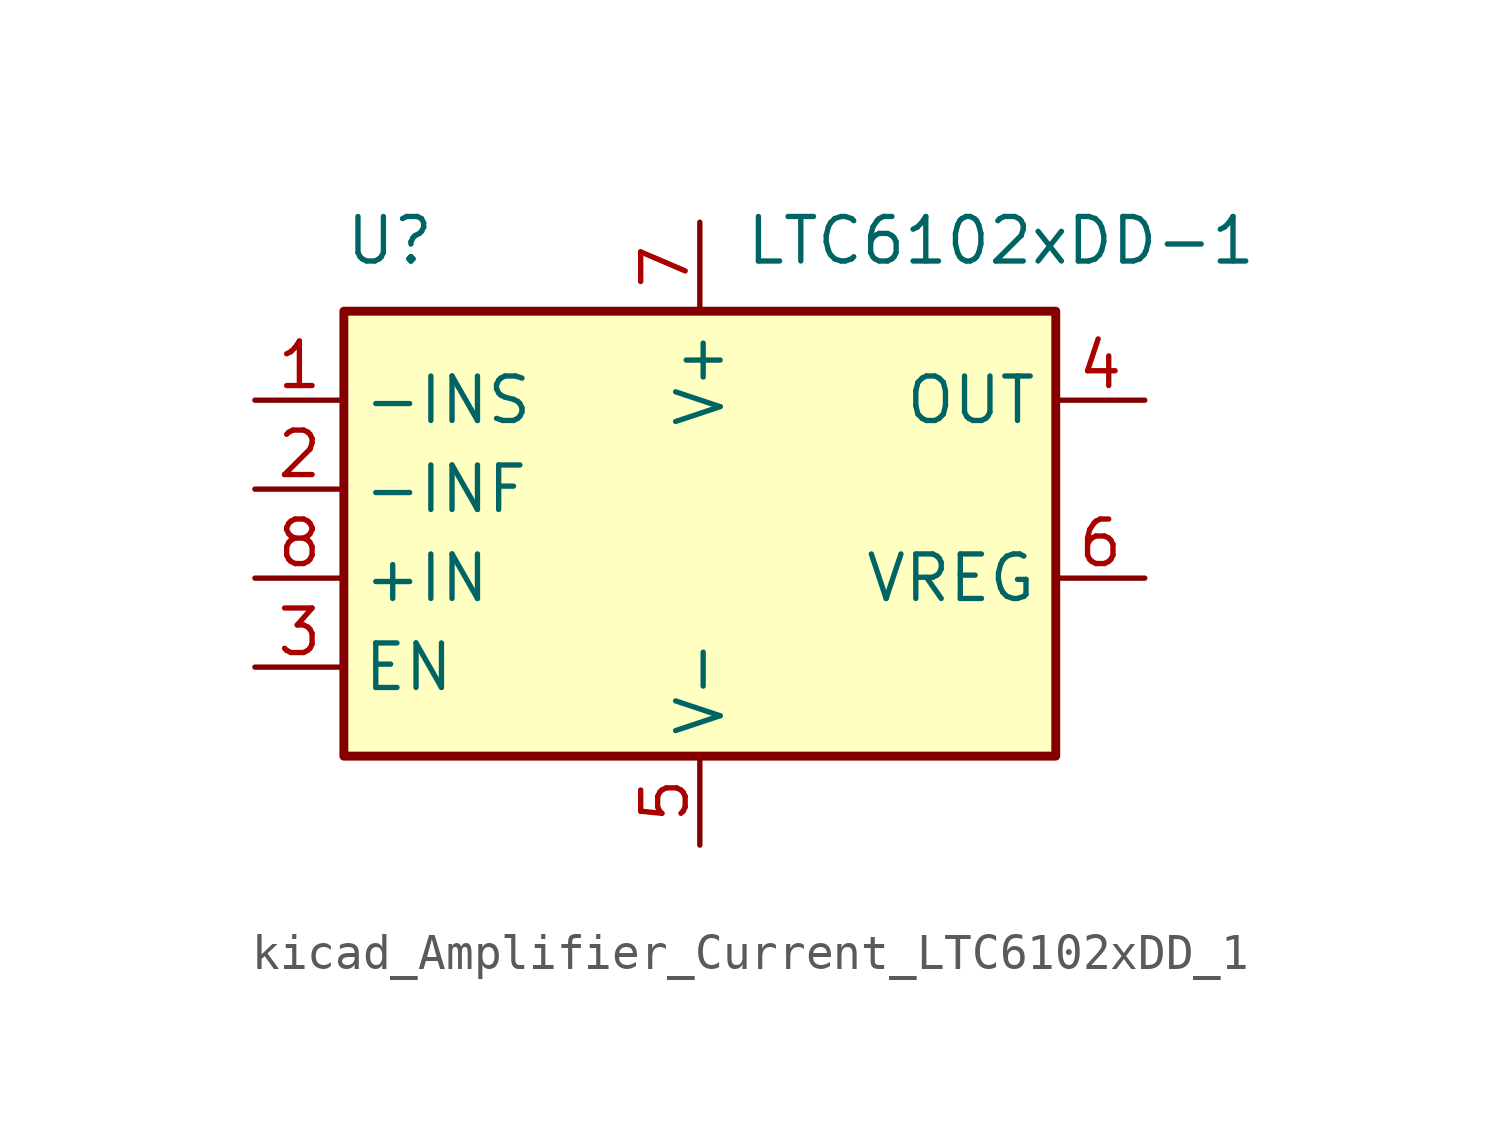
<source format=kicad_sym>
(kicad_symbol_lib
  (version 20220914)
  (generator kicad_symbol_editor)
  (symbol "kicad_Amplifier_Current_LTC6102xDD_1"
    (property "Reference" "U"
      (at -10.16 8.89 0)
      (effects (font (size 1.27 1.27)) (justify left bottom)))
    (property "Value" "LTC6102xDD-1"
      (at 1.27 8.89 0)
      (effects (font (size 1.27 1.27)) (justify left bottom)))
    (symbol "kicad_Amplifier_Current_LTC6102xDD_1_0_1"
      (rectangle (start -10.16 7.62) (end 10.16 -5.08) (stroke (width 0.254) (type default)) (fill (type background))))
    (symbol "kicad_Amplifier_Current_LTC6102xDD_1_1_1"
      (pin input line (at -12.7 5.08 0) (length 2.54) (name "-INS" (effects (font (size 1.27 1.27)))) (number "1" (effects (font (size 1.27 1.27)))))
      (pin input line (at -12.7 2.54 0) (length 2.54) (name "-INF" (effects (font (size 1.27 1.27)))) (number "2" (effects (font (size 1.27 1.27)))))
      (pin input line (at -12.7 -2.54 0) (length 2.54) (name "EN" (effects (font (size 1.27 1.27)))) (number "3" (effects (font (size 1.27 1.27)))))
      (pin output line (at 12.7 5.08 180) (length 2.54) (name "OUT" (effects (font (size 1.27 1.27)))) (number "4" (effects (font (size 1.27 1.27)))))
      (pin power_in line (at 0 -7.62 90) (length 2.54) (name "V-" (effects (font (size 1.27 1.27)))) (number "5" (effects (font (size 1.27 1.27)))))
      (pin output line (at 12.7 0 180) (length 2.54) (name "VREG" (effects (font (size 1.27 1.27)))) (number "6" (effects (font (size 1.27 1.27)))))
      (pin power_in line (at 0 10.16 270) (length 2.54) (name "V+" (effects (font (size 1.27 1.27)))) (number "7" (effects (font (size 1.27 1.27)))))
      (pin input line (at -12.7 0 0) (length 2.54) (name "+IN" (effects (font (size 1.27 1.27)))) (number "8" (effects (font (size 1.27 1.27)))))
      (pin passive line (at 0 -7.62 90) (length 2.54) hide (name "V-" (effects (font (size 1.27 1.27)))) (number "9" (effects (font (size 1.27 1.27))))))))
</source>
